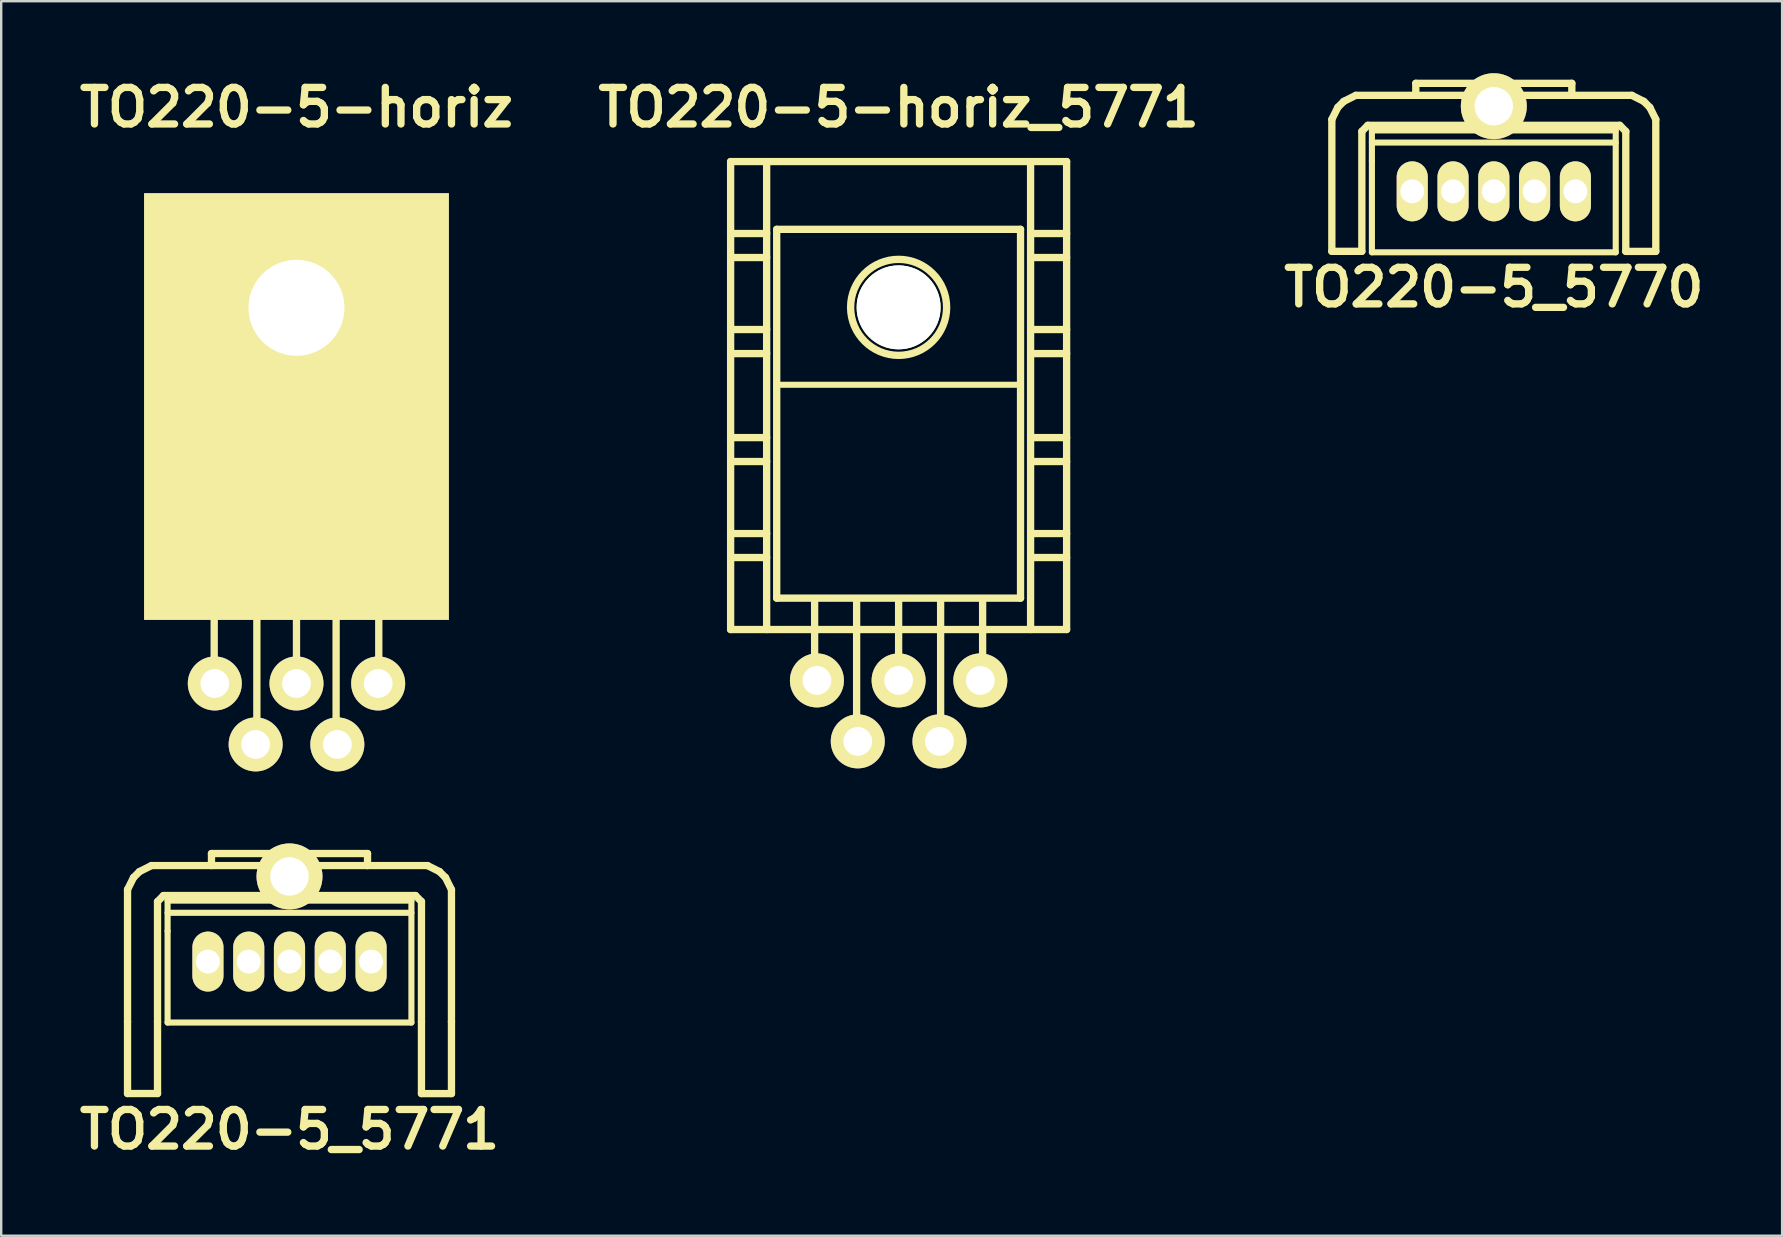
<source format=kicad_pcb>
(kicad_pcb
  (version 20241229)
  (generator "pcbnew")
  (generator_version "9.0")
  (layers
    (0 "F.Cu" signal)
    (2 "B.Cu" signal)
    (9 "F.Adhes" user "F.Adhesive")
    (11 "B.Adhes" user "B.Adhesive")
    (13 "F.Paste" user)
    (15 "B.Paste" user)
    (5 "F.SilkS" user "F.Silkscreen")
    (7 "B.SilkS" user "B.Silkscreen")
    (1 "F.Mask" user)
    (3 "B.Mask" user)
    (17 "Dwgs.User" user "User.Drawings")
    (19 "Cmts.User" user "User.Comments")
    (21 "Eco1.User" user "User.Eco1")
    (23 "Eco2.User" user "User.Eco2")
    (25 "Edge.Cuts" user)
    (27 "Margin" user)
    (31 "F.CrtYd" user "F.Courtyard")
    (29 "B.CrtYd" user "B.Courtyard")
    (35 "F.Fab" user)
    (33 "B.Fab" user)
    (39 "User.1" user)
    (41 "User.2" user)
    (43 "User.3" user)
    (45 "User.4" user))
  (footprint "TO220-5-horiz_5771"
    (layer "F.Cu")
    (at 34.394 17.682)
    (property "Reference" "TO220-5-horiz_5771" (at 0 -16.256 0) (layer "F.SilkS") (effects (font (size 1.524 1.524) (thickness 0.305))))
    (attr through_hole)
    (fp_line (start -7 -14) (end -7 5.499) (stroke (width 0.305) (type solid)) (layer "F.SilkS"))
    (fp_line (start -7 -11.001) (end -5.499 -11.001) (stroke (width 0.305) (type solid)) (layer "F.SilkS"))
    (fp_line (start -7 -10) (end -5.499 -10) (stroke (width 0.305) (type solid)) (layer "F.SilkS"))
    (fp_line (start -7 -7) (end -5.499 -7) (stroke (width 0.305) (type solid)) (layer "F.SilkS"))
    (fp_line (start -7 -5.999) (end -5.499 -5.999) (stroke (width 0.305) (type solid)) (layer "F.SilkS"))
    (fp_line (start -7 -2.499) (end -5.499 -2.499) (stroke (width 0.305) (type solid)) (layer "F.SilkS"))
    (fp_line (start -7 -1.501) (end -5.499 -1.501) (stroke (width 0.305) (type solid)) (layer "F.SilkS"))
    (fp_line (start -7 1.501) (end -5.499 1.501) (stroke (width 0.305) (type solid)) (layer "F.SilkS"))
    (fp_line (start -7 2.499) (end -5.499 2.499) (stroke (width 0.305) (type solid)) (layer "F.SilkS"))
    (fp_line (start -7 5.499) (end 7 5.499) (stroke (width 0.305) (type solid)) (layer "F.SilkS"))
    (fp_line (start -5.499 5.499) (end -5.499 -14) (stroke (width 0.305) (type solid)) (layer "F.SilkS"))
    (fp_line (start -5.08 -11.176) (end -5.08 4.191) (stroke (width 0.305) (type solid)) (layer "F.SilkS"))
    (fp_line (start -5.08 4.191) (end 5.08 4.191) (stroke (width 0.305) (type solid)) (layer "F.SilkS"))
    (fp_line (start -3.5 7.75) (end -3.5 4.249) (stroke (width 0.305) (type solid)) (layer "F.SilkS"))
    (fp_line (start -1.75 10.249) (end -1.75 4.249) (stroke (width 0.305) (type solid)) (layer "F.SilkS"))
    (fp_line (start 0 7.75) (end 0 4.249) (stroke (width 0.305) (type solid)) (layer "F.SilkS"))
    (fp_line (start 1.75 10.249) (end 1.75 4.249) (stroke (width 0.305) (type solid)) (layer "F.SilkS"))
    (fp_line (start 3.5 7.75) (end 3.5 4.249) (stroke (width 0.305) (type solid)) (layer "F.SilkS"))
    (fp_line (start 5.08 -11.176) (end -5.08 -11.176) (stroke (width 0.305) (type solid)) (layer "F.SilkS"))
    (fp_line (start 5.08 -4.699) (end -5.08 -4.699) (stroke (width 0.254) (type solid)) (layer "F.SilkS"))
    (fp_line (start 5.08 4.191) (end 5.08 -11.176) (stroke (width 0.305) (type solid)) (layer "F.SilkS"))
    (fp_line (start 5.499 -14) (end 5.499 5.499) (stroke (width 0.305) (type solid)) (layer "F.SilkS"))
    (fp_line (start 5.499 -11.001) (end 7 -11.001) (stroke (width 0.305) (type solid)) (layer "F.SilkS"))
    (fp_line (start 5.499 -10) (end 7 -10) (stroke (width 0.305) (type solid)) (layer "F.SilkS"))
    (fp_line (start 5.499 -7) (end 7 -7) (stroke (width 0.305) (type solid)) (layer "F.SilkS"))
    (fp_line (start 5.499 -5.999) (end 7 -5.999) (stroke (width 0.305) (type solid)) (layer "F.SilkS"))
    (fp_line (start 5.499 -2.499) (end 7 -2.499) (stroke (width 0.305) (type solid)) (layer "F.SilkS"))
    (fp_line (start 5.499 -1.501) (end 7 -1.501) (stroke (width 0.305) (type solid)) (layer "F.SilkS"))
    (fp_line (start 5.499 1.501) (end 7 1.501) (stroke (width 0.305) (type solid)) (layer "F.SilkS"))
    (fp_line (start 5.499 2.499) (end 7 2.499) (stroke (width 0.305) (type solid)) (layer "F.SilkS"))
    (fp_line (start 7 -14) (end -7 -14) (stroke (width 0.305) (type solid)) (layer "F.SilkS"))
    (fp_line (start 7 5.499) (end 7 -14) (stroke (width 0.305) (type solid)) (layer "F.SilkS"))
    (fp_circle (center 0 -7.925) (end -1.999 -8.001) (stroke (width 0.305) (type solid)) (fill no) (layer "F.SilkS"))
    (pad "" np_thru_hole circle (at 0 -7.925) (size 3.498 3.498) (drill 3.498) (layers "*.Cu" "*.Mask" "F.SilkS"))
    (pad "1" thru_hole circle (at -3.404 7.62) (size 2.25 2.25) (drill 1.199) (layers "*.Cu" "*.Mask" "F.SilkS"))
    (pad "2" thru_hole circle (at -1.702 10.16) (size 2.25 2.25) (drill 1.199) (layers "*.Cu" "*.Mask" "F.SilkS"))
    (pad "3" thru_hole circle (at 0 7.62) (size 2.25 2.25) (drill 1.199) (layers "*.Cu" "*.Mask" "F.SilkS"))
    (pad "4" thru_hole circle (at 1.702 10.16) (size 2.25 2.25) (drill 1.199) (layers "*.Cu" "*.Mask" "F.SilkS"))
    (pad "5" thru_hole circle (at 3.404 7.62) (size 2.25 2.25) (drill 1.199) (layers "*.Cu" "*.Mask" "F.SilkS")))
  (footprint "TO220-5-horiz"
    (layer "F.Cu")
    (at 9.304 17.428)
    (property "Reference" "TO220-5-horiz" (at 0 -16.002 0) (layer "F.SilkS") (effects (font (size 1.524 1.524) (thickness 0.305))))
    (attr through_hole)
    (fp_line (start -5.08 -10.922) (end -5.08 4.445) (stroke (width 0.305) (type solid)) (layer "F.SilkS"))
    (fp_line (start -5.08 4.445) (end 5.08 4.445) (stroke (width 0.305) (type solid)) (layer "F.SilkS"))
    (fp_line (start -3.429 8.001) (end -3.429 4.445) (stroke (width 0.305) (type solid)) (layer "F.SilkS"))
    (fp_line (start -1.651 10.541) (end -1.651 4.445) (stroke (width 0.305) (type solid)) (layer "F.SilkS"))
    (fp_line (start 0 8.001) (end 0 4.445) (stroke (width 0.305) (type solid)) (layer "F.SilkS"))
    (fp_line (start 1.651 10.541) (end 1.651 4.445) (stroke (width 0.305) (type solid)) (layer "F.SilkS"))
    (fp_line (start 3.429 8.001) (end 3.429 4.445) (stroke (width 0.305) (type solid)) (layer "F.SilkS"))
    (fp_line (start 5.08 -10.922) (end -5.08 -10.922) (stroke (width 0.305) (type solid)) (layer "F.SilkS"))
    (fp_line (start 5.08 -4.445) (end -5.08 -4.445) (stroke (width 0.254) (type solid)) (layer "F.SilkS"))
    (fp_line (start 5.08 4.445) (end 5.08 -10.922) (stroke (width 0.305) (type solid)) (layer "F.SilkS"))
    (pad "1" thru_hole circle (at -3.404 8.001) (size 2.25 2.25) (drill 1.199) (layers "*.Cu" "*.Mask" "F.SilkS"))
    (pad "2" thru_hole circle (at -1.702 10.541) (size 2.25 2.25) (drill 1.199) (layers "*.Cu" "*.Mask" "F.SilkS"))
    (pad "3" thru_hole circle (at 0 8.001) (size 2.25 2.25) (drill 1.199) (layers "*.Cu" "*.Mask" "F.SilkS"))
    (pad "4" thru_hole circle (at 1.702 10.541) (size 2.25 2.25) (drill 1.199) (layers "*.Cu" "*.Mask" "F.SilkS"))
    (pad "5" thru_hole circle (at 3.404 8.001) (size 2.25 2.25) (drill 1.199) (layers "*.Cu" "*.Mask" "F.SilkS"))
    (pad "6" thru_hole rect (at 0 -7.653) (size 12.7 17.78) (drill 4 (offset 0 4.115)) (layers "F.Cu" "F.Mask" "F.SilkS")))
  (footprint "TO220-5_5771"
    (layer "F.Cu")
    (at 9.013 37.017)
    (property "Reference" "TO220-5_5771" (at 0 6.998 0) (layer "F.SilkS") (effects (font (size 1.524 1.524) (thickness 0.305))))
    (attr through_hole)
    (fp_line (start -6.749 -3) (end -6.5 -3.5) (stroke (width 0.305) (type solid)) (layer "F.SilkS"))
    (fp_line (start -6.749 2.499) (end -6.749 -3) (stroke (width 0.305) (type solid)) (layer "F.SilkS"))
    (fp_line (start -6.749 2.499) (end -6.749 5.499) (stroke (width 0.305) (type solid)) (layer "F.SilkS"))
    (fp_line (start -6.5 -3.5) (end -6.251 -3.749) (stroke (width 0.305) (type solid)) (layer "F.SilkS"))
    (fp_line (start -6.251 -3.749) (end -5.751 -4) (stroke (width 0.305) (type solid)) (layer "F.SilkS"))
    (fp_line (start -5.499 -2.499) (end -5.25 -2.751) (stroke (width 0.305) (type solid)) (layer "F.SilkS"))
    (fp_line (start -5.499 2.499) (end -5.499 -2.499) (stroke (width 0.305) (type solid)) (layer "F.SilkS"))
    (fp_line (start -5.499 2.499) (end -5.499 5.499) (stroke (width 0.305) (type solid)) (layer "F.SilkS"))
    (fp_line (start -5.499 5.499) (end -6.749 5.499) (stroke (width 0.305) (type solid)) (layer "F.SilkS"))
    (fp_line (start -5.25 -2.751) (end 5.25 -2.751) (stroke (width 0.305) (type solid)) (layer "F.SilkS"))
    (fp_line (start -5.08 -2.54) (end -5.08 -1.27) (stroke (width 0.254) (type solid)) (layer "F.SilkS"))
    (fp_line (start -5.08 -2.032) (end 5.08 -2.032) (stroke (width 0.254) (type solid)) (layer "F.SilkS"))
    (fp_line (start -5.08 -1.27) (end -5.08 2.54) (stroke (width 0.254) (type solid)) (layer "F.SilkS"))
    (fp_line (start -5.08 2.54) (end 5.08 2.54) (stroke (width 0.254) (type solid)) (layer "F.SilkS"))
    (fp_line (start -3.251 -4.501) (end 3.251 -4.501) (stroke (width 0.305) (type solid)) (layer "F.SilkS"))
    (fp_line (start -3.251 -4) (end -3.251 -4.501) (stroke (width 0.305) (type solid)) (layer "F.SilkS"))
    (fp_line (start 3.251 -4.501) (end 3.251 -4) (stroke (width 0.305) (type solid)) (layer "F.SilkS"))
    (fp_line (start 5.08 -2.54) (end -5.08 -2.54) (stroke (width 0.254) (type solid)) (layer "F.SilkS"))
    (fp_line (start 5.08 2.54) (end 5.08 -2.54) (stroke (width 0.254) (type solid)) (layer "F.SilkS"))
    (fp_line (start 5.25 -2.751) (end 5.499 -2.499) (stroke (width 0.305) (type solid)) (layer "F.SilkS"))
    (fp_line (start 5.499 2.499) (end 5.499 -2.499) (stroke (width 0.305) (type solid)) (layer "F.SilkS"))
    (fp_line (start 5.499 2.499) (end 5.499 5.499) (stroke (width 0.305) (type solid)) (layer "F.SilkS"))
    (fp_line (start 5.751 -4) (end -5.751 -4) (stroke (width 0.305) (type solid)) (layer "F.SilkS"))
    (fp_line (start 5.751 -4) (end 6.251 -3.749) (stroke (width 0.305) (type solid)) (layer "F.SilkS"))
    (fp_line (start 6.251 -3.749) (end 6.5 -3.5) (stroke (width 0.305) (type solid)) (layer "F.SilkS"))
    (fp_line (start 6.5 -3.5) (end 6.749 -3) (stroke (width 0.305) (type solid)) (layer "F.SilkS"))
    (fp_line (start 6.749 2.499) (end 6.749 -3) (stroke (width 0.305) (type solid)) (layer "F.SilkS"))
    (fp_line (start 6.749 2.499) (end 6.749 5.499) (stroke (width 0.305) (type solid)) (layer "F.SilkS"))
    (fp_line (start 6.749 5.502) (end 5.499 5.502) (stroke (width 0.305) (type solid)) (layer "F.SilkS"))
    (pad "" thru_hole circle (at 0 -3.548) (size 2.748 2.748) (drill 1.598) (layers "*.Cu" "*.Mask" "F.SilkS"))
    (pad "1" thru_hole oval (at -3.399 0) (size 1.295 2.499) (drill 0.996) (layers "*.Cu" "*.Mask" "F.SilkS"))
    (pad "2" thru_hole oval (at -1.699 0) (size 1.295 2.499) (drill 0.996) (layers "*.Cu" "*.Mask" "F.SilkS"))
    (pad "3" thru_hole oval (at 0 0) (size 1.298 2.499) (drill 0.998) (layers "*.Cu" "*.Mask" "F.SilkS"))
    (pad "4" thru_hole oval (at 1.699 0) (size 1.295 2.499) (drill 0.996) (layers "*.Cu" "*.Mask" "F.SilkS"))
    (pad "5" thru_hole oval (at 3.399 0) (size 1.295 2.499) (drill 0.996) (layers "*.Cu" "*.Mask" "F.SilkS")))
  (footprint "TO220-5_5770"
    (layer "F.Cu")
    (at 59.195 4.923)
    (property "Reference" "TO220-5_5770" (at 0 4 0) (layer "F.SilkS") (effects (font (size 1.524 1.524) (thickness 0.305))))
    (attr through_hole)
    (fp_line (start -6.749 -3) (end -6.5 -3.5) (stroke (width 0.305) (type solid)) (layer "F.SilkS"))
    (fp_line (start -6.749 2.499) (end -6.749 -3) (stroke (width 0.305) (type solid)) (layer "F.SilkS"))
    (fp_line (start -6.5 -3.5) (end -6.251 -3.749) (stroke (width 0.305) (type solid)) (layer "F.SilkS"))
    (fp_line (start -6.251 -3.749) (end -5.751 -4) (stroke (width 0.305) (type solid)) (layer "F.SilkS"))
    (fp_line (start -5.499 -2.499) (end -5.25 -2.751) (stroke (width 0.305) (type solid)) (layer "F.SilkS"))
    (fp_line (start -5.499 2.499) (end -6.749 2.499) (stroke (width 0.305) (type solid)) (layer "F.SilkS"))
    (fp_line (start -5.499 2.499) (end -5.499 -2.499) (stroke (width 0.305) (type solid)) (layer "F.SilkS"))
    (fp_line (start -5.25 -2.751) (end 5.25 -2.751) (stroke (width 0.305) (type solid)) (layer "F.SilkS"))
    (fp_line (start -5.08 -2.54) (end -5.08 -1.27) (stroke (width 0.254) (type solid)) (layer "F.SilkS"))
    (fp_line (start -5.08 -2.032) (end 5.08 -2.032) (stroke (width 0.254) (type solid)) (layer "F.SilkS"))
    (fp_line (start -5.08 -1.27) (end -5.08 2.54) (stroke (width 0.254) (type solid)) (layer "F.SilkS"))
    (fp_line (start -5.08 2.54) (end 5.08 2.54) (stroke (width 0.254) (type solid)) (layer "F.SilkS"))
    (fp_line (start -3.251 -4.501) (end 3.251 -4.501) (stroke (width 0.305) (type solid)) (layer "F.SilkS"))
    (fp_line (start -3.251 -4) (end -3.251 -4.501) (stroke (width 0.305) (type solid)) (layer "F.SilkS"))
    (fp_line (start 3.251 -4.501) (end 3.251 -4) (stroke (width 0.305) (type solid)) (layer "F.SilkS"))
    (fp_line (start 5.08 -2.54) (end -5.08 -2.54) (stroke (width 0.254) (type solid)) (layer "F.SilkS"))
    (fp_line (start 5.08 2.54) (end 5.08 -2.54) (stroke (width 0.254) (type solid)) (layer "F.SilkS"))
    (fp_line (start 5.25 -2.751) (end 5.499 -2.499) (stroke (width 0.305) (type solid)) (layer "F.SilkS"))
    (fp_line (start 5.499 2.499) (end 5.499 -2.499) (stroke (width 0.305) (type solid)) (layer "F.SilkS"))
    (fp_line (start 5.751 -4) (end -5.751 -4) (stroke (width 0.305) (type solid)) (layer "F.SilkS"))
    (fp_line (start 5.751 -4) (end 6.251 -3.749) (stroke (width 0.305) (type solid)) (layer "F.SilkS"))
    (fp_line (start 6.251 -3.749) (end 6.5 -3.5) (stroke (width 0.305) (type solid)) (layer "F.SilkS"))
    (fp_line (start 6.5 -3.5) (end 6.749 -3) (stroke (width 0.305) (type solid)) (layer "F.SilkS"))
    (fp_line (start 6.749 2.499) (end 6.749 -3) (stroke (width 0.305) (type solid)) (layer "F.SilkS"))
    (fp_line (start 6.749 2.502) (end 5.499 2.502) (stroke (width 0.305) (type solid)) (layer "F.SilkS"))
    (pad "" thru_hole circle (at 0 -3.548) (size 2.748 2.748) (drill 1.598) (layers "*.Cu" "*.Mask" "F.SilkS"))
    (pad "1" thru_hole oval (at -3.399 0) (size 1.295 2.499) (drill 0.996) (layers "*.Cu" "*.Mask" "F.SilkS"))
    (pad "2" thru_hole oval (at -1.699 0) (size 1.295 2.499) (drill 0.996) (layers "*.Cu" "*.Mask" "F.SilkS"))
    (pad "3" thru_hole oval (at 0 0) (size 1.298 2.499) (drill 0.998) (layers "*.Cu" "*.Mask" "F.SilkS"))
    (pad "4" thru_hole oval (at 1.699 0) (size 1.295 2.499) (drill 0.996) (layers "*.Cu" "*.Mask" "F.SilkS"))
    (pad "5" thru_hole oval (at 3.399 0) (size 1.295 2.499) (drill 0.996) (layers "*.Cu" "*.Mask" "F.SilkS")))
  (gr_rect
    (start -3 -3)
    (end 71.208 48.441)
    (stroke (width 0.1) (type default))
    (fill no)
    (layer "Edge.Cuts")))
</source>
